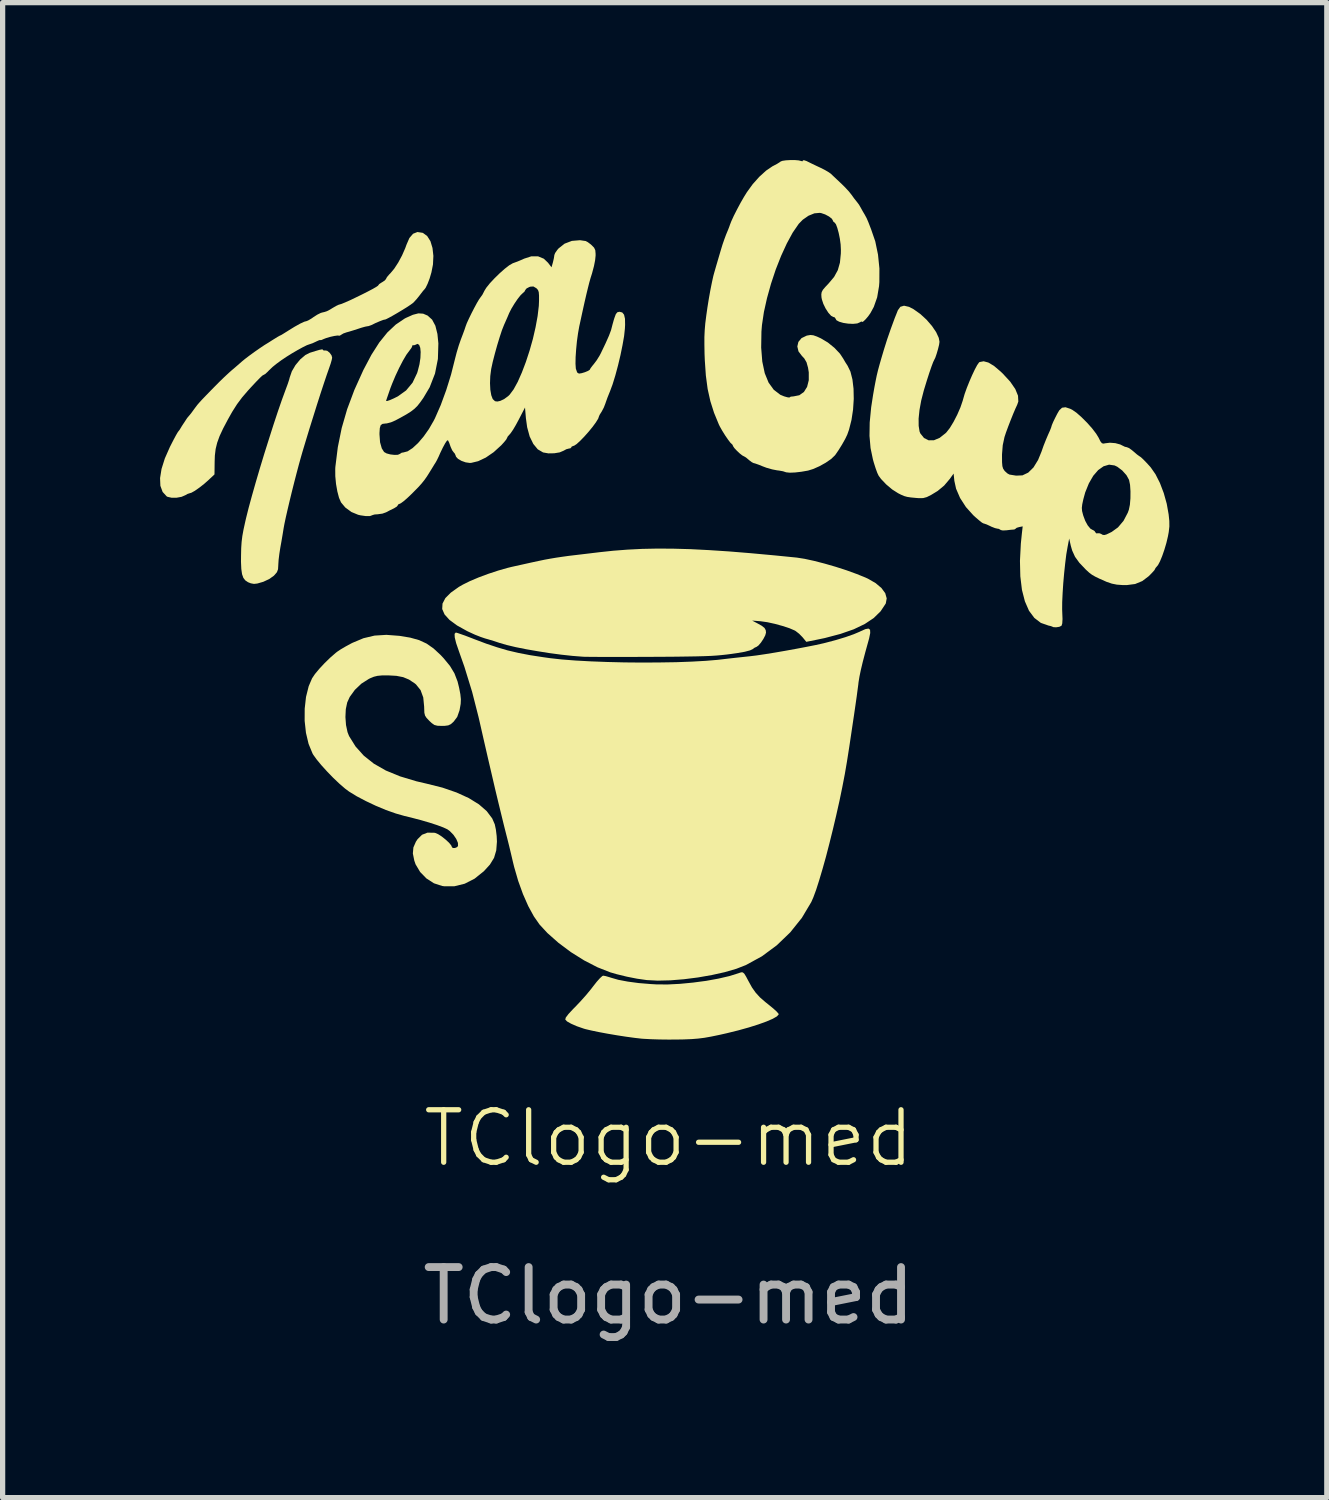
<source format=kicad_pcb>
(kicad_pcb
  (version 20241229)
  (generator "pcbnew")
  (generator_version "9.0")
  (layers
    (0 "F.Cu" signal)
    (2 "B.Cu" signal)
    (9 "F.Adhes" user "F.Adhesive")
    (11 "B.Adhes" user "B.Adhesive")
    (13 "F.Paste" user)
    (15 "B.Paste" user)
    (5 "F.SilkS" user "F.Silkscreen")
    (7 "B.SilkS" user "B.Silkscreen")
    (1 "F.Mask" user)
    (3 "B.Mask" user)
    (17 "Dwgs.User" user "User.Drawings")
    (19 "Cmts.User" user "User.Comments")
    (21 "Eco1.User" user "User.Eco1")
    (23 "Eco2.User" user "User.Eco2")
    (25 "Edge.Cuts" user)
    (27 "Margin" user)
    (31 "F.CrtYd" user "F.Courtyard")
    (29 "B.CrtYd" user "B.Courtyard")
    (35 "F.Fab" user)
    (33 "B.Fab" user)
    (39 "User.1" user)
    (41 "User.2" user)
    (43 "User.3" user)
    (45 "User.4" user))
  (footprint "TClogo-med"
    (layer "F.Cu")
    (at 9.69 19.139)
    (property "Reference" "TClogo-med" (at 0 -0.5 0) (unlocked yes) (layer "F.SilkS") (effects (font (size 1 1) (thickness 0.1))))
    (fp_poly (pts (xy 1.414 -3.66) (xy 1.442 -3.636) (xy 1.476 -3.581) (xy 1.52 -3.498) (xy 1.589 -3.373) (xy 1.659 -3.274) (xy 1.74 -3.185) (xy 1.846 -3.093) (xy 1.911 -3.041) (xy 1.993 -2.974) (xy 2.057 -2.916) (xy 2.093 -2.875) (xy 2.099 -2.861) (xy 2.064 -2.822) (xy 1.984 -2.776) (xy 1.866 -2.725) (xy 1.714 -2.67) (xy 1.534 -2.613) (xy 1.33 -2.556) (xy 1.108 -2.501) (xy 0.966 -2.469) (xy 0.811 -2.437) (xy 0.682 -2.414) (xy 0.562 -2.399) (xy 0.435 -2.389) (xy 0.285 -2.383) (xy 0.165 -2.381) (xy -0.000279 -2.38) (xy -0.171 -2.382) (xy -0.33 -2.387) (xy -0.463 -2.394) (xy -0.511 -2.397) (xy -0.649 -2.413) (xy -0.811 -2.435) (xy -0.986 -2.462) (xy -1.162 -2.492) (xy -1.328 -2.523) (xy -1.472 -2.553) (xy -1.583 -2.579) (xy -1.614 -2.588) (xy -1.75 -2.635) (xy -1.859 -2.683) (xy -1.935 -2.726) (xy -1.969 -2.762) (xy -1.959 -2.8) (xy -1.909 -2.866) (xy -1.82 -2.962) (xy -1.784 -2.998) (xy -1.681 -3.106) (xy -1.572 -3.228) (xy -1.475 -3.346) (xy -1.436 -3.397) (xy -1.369 -3.482) (xy -1.309 -3.549) (xy -1.264 -3.59) (xy -1.247 -3.598) (xy -1.2 -3.59) (xy -1.128 -3.569) (xy -1.097 -3.559) (xy -0.958 -3.519) (xy -0.779 -3.485) (xy -0.57 -3.457) (xy -0.34 -3.438) (xy -0.236 -3.432) (xy -0.022 -3.43) (xy 0.216 -3.442) (xy 0.465 -3.466) (xy 0.715 -3.499) (xy 0.951 -3.542) (xy 1.162 -3.591) (xy 1.337 -3.646) (xy 1.344 -3.649) (xy 1.385 -3.662)) (stroke (width 0) (type solid)) (fill yes) (layer "F.SilkS"))
    (fp_poly (pts (xy -6.59 -15.53) (xy -6.586 -15.521) (xy -6.568 -15.508) (xy -6.548 -15.512) (xy -6.506 -15.505) (xy -6.459 -15.468) (xy -6.422 -15.416) (xy -6.411 -15.374) (xy -6.419 -15.331) (xy -6.44 -15.258) (xy -6.47 -15.171) (xy -6.514 -15.046) (xy -6.569 -14.882) (xy -6.633 -14.688) (xy -6.702 -14.472) (xy -6.773 -14.245) (xy -6.845 -14.015) (xy -6.913 -13.791) (xy -6.976 -13.582) (xy -7.009 -13.467) (xy -7.045 -13.337) (xy -7.087 -13.179) (xy -7.132 -13.005) (xy -7.178 -12.822) (xy -7.222 -12.641) (xy -7.262 -12.471) (xy -7.296 -12.322) (xy -7.321 -12.203) (xy -7.335 -12.127) (xy -7.354 -12.01) (xy -7.377 -11.874) (xy -7.399 -11.751) (xy -7.417 -11.636) (xy -7.431 -11.522) (xy -7.437 -11.431) (xy -7.437 -11.425) (xy -7.442 -11.342) (xy -7.463 -11.286) (xy -7.51 -11.231) (xy -7.524 -11.217) (xy -7.611 -11.155) (xy -7.723 -11.103) (xy -7.837 -11.07) (xy -7.901 -11.063) (xy -7.961 -11.074) (xy -8.014 -11.095) (xy -8.066 -11.13) (xy -8.103 -11.178) (xy -8.128 -11.249) (xy -8.142 -11.348) (xy -8.148 -11.484) (xy -8.147 -11.603) (xy -8.144 -11.744) (xy -8.136 -11.864) (xy -8.122 -11.977) (xy -8.099 -12.102) (xy -8.066 -12.252) (xy -8.051 -12.317) (xy -8.003 -12.509) (xy -7.941 -12.737) (xy -7.869 -12.991) (xy -7.789 -13.263) (xy -7.704 -13.543) (xy -7.616 -13.822) (xy -7.53 -14.092) (xy -7.447 -14.343) (xy -7.37 -14.566) (xy -7.302 -14.752) (xy -7.286 -14.795) (xy -7.254 -14.882) (xy -7.229 -14.959) (xy -7.22 -14.995) (xy -7.179 -15.114) (xy -7.109 -15.233) (xy -7.019 -15.341) (xy -6.92 -15.425) (xy -6.836 -15.467) (xy -6.724 -15.502) (xy -6.651 -15.523) (xy -6.609 -15.531)) (stroke (width 0) (type solid)) (fill yes) (layer "F.SilkS"))
    (fp_poly (pts (xy 0.09 -11.734) (xy 0.415 -11.725) (xy 0.766 -11.707) (xy 1.148 -11.682) (xy 1.565 -11.648) (xy 2.022 -11.606) (xy 2.444 -11.564) (xy 2.59 -11.541) (xy 2.77 -11.502) (xy 2.972 -11.45) (xy 3.183 -11.389) (xy 3.391 -11.322) (xy 3.583 -11.252) (xy 3.749 -11.185) (xy 3.797 -11.163) (xy 3.945 -11.078) (xy 4.056 -10.984) (xy 4.128 -10.886) (xy 4.156 -10.787) (xy 4.139 -10.693) (xy 4.134 -10.683) (xy 4.039 -10.54) (xy 3.908 -10.412) (xy 3.738 -10.299) (xy 3.528 -10.198) (xy 3.275 -10.11) (xy 2.976 -10.031) (xy 2.822 -9.999) (xy 2.624 -9.959) (xy 2.551 -10.048) (xy 2.487 -10.113) (xy 2.419 -10.166) (xy 2.401 -10.176) (xy 2.301 -10.219) (xy 2.169 -10.262) (xy 2.023 -10.302) (xy 1.882 -10.333) (xy 1.762 -10.35) (xy 1.755 -10.351) (xy 1.592 -10.364) (xy 1.689 -10.313) (xy 1.777 -10.264) (xy 1.828 -10.223) (xy 1.851 -10.181) (xy 1.856 -10.135) (xy 1.842 -10.083) (xy 1.806 -10.014) (xy 1.76 -9.945) (xy 1.712 -9.889) (xy 1.674 -9.862) (xy 1.67 -9.861) (xy 1.635 -9.845) (xy 1.601 -9.819) (xy 1.551 -9.796) (xy 1.452 -9.77) (xy 1.303 -9.744) (xy 1.199 -9.729) (xy 1.106 -9.717) (xy 1.013 -9.707) (xy 0.915 -9.698) (xy 0.805 -9.691) (xy 0.678 -9.686) (xy 0.528 -9.682) (xy 0.35 -9.679) (xy 0.137 -9.676) (xy -0.116 -9.674) (xy -0.324 -9.673) (xy -0.567 -9.672) (xy -0.799 -9.671) (xy -1.014 -9.671) (xy -1.208 -9.671) (xy -1.373 -9.672) (xy -1.505 -9.673) (xy -1.597 -9.674) (xy -1.639 -9.676) (xy -1.83 -9.691) (xy -2.043 -9.714) (xy -2.268 -9.744) (xy -2.495 -9.78) (xy -2.714 -9.818) (xy -2.914 -9.858) (xy -3.085 -9.899) (xy -3.216 -9.937) (xy -3.217 -9.937) (xy -3.325 -9.973) (xy -3.438 -10.007) (xy -3.498 -10.024) (xy -3.583 -10.053) (xy -3.692 -10.096) (xy -3.805 -10.148) (xy -3.837 -10.163) (xy -4.031 -10.271) (xy -4.175 -10.377) (xy -4.269 -10.481) (xy -4.314 -10.584) (xy -4.308 -10.688) (xy -4.254 -10.792) (xy -4.149 -10.897) (xy -3.996 -11.006) (xy -3.919 -11.05) (xy -3.788 -11.115) (xy -3.623 -11.185) (xy -3.438 -11.254) (xy -3.25 -11.316) (xy -3.072 -11.367) (xy -2.991 -11.387) (xy -2.788 -11.432) (xy -2.622 -11.469) (xy -2.483 -11.499) (xy -2.363 -11.524) (xy -2.253 -11.544) (xy -2.146 -11.562) (xy -2.032 -11.579) (xy -1.903 -11.597) (xy -1.751 -11.615) (xy -1.566 -11.637) (xy -1.341 -11.664) (xy -1.326 -11.666) (xy -1.054 -11.695) (xy -0.782 -11.716) (xy -0.504 -11.73) (xy -0.215 -11.736)) (stroke (width 0) (type solid)) (fill yes) (layer "F.SilkS"))
    (fp_poly (pts (xy 3.839 -10.189) (xy 3.842 -10.127) (xy 3.821 -10.025) (xy 3.809 -9.981) (xy 3.747 -9.757) (xy 3.699 -9.574) (xy 3.663 -9.423) (xy 3.637 -9.297) (xy 3.619 -9.188) (xy 3.614 -9.141) (xy 3.602 -9.053) (xy 3.585 -8.924) (xy 3.562 -8.763) (xy 3.535 -8.577) (xy 3.505 -8.376) (xy 3.474 -8.167) (xy 3.443 -7.96) (xy 3.412 -7.762) (xy 3.397 -7.668) (xy 3.358 -7.44) (xy 3.31 -7.191) (xy 3.256 -6.929) (xy 3.195 -6.658) (xy 3.131 -6.387) (xy 3.065 -6.121) (xy 2.999 -5.866) (xy 2.933 -5.63) (xy 2.87 -5.418) (xy 2.812 -5.236) (xy 2.759 -5.092) (xy 2.719 -5.001) (xy 2.539 -4.699) (xy 2.318 -4.423) (xy 2.062 -4.177) (xy 1.778 -3.967) (xy 1.473 -3.8) (xy 1.291 -3.729) (xy 1.071 -3.665) (xy 0.824 -3.61) (xy 0.561 -3.564) (xy 0.294 -3.53) (xy 0.035 -3.509) (xy -0.207 -3.503) (xy -0.418 -3.514) (xy -0.424 -3.515) (xy -0.6 -3.54) (xy -0.797 -3.579) (xy -0.989 -3.626) (xy -1.113 -3.662) (xy -1.356 -3.758) (xy -1.61 -3.889) (xy -1.862 -4.047) (xy -2.099 -4.224) (xy -2.309 -4.41) (xy -2.458 -4.571) (xy -2.567 -4.727) (xy -2.674 -4.923) (xy -2.775 -5.152) (xy -2.866 -5.404) (xy -2.943 -5.67) (xy -2.966 -5.764) (xy -3 -5.909) (xy -3.038 -6.068) (xy -3.075 -6.216) (xy -3.091 -6.278) (xy -3.139 -6.468) (xy -3.189 -6.673) (xy -3.244 -6.898) (xy -3.304 -7.148) (xy -3.369 -7.428) (xy -3.442 -7.741) (xy -3.523 -8.094) (xy -3.613 -8.49) (xy -3.623 -8.532) (xy -3.743 -9.003) (xy -3.89 -9.481) (xy -3.995 -9.779) (xy -4.048 -9.933) (xy -4.075 -10.043) (xy -4.078 -10.111) (xy -4.056 -10.135) (xy -4.053 -10.136) (xy -4.02 -10.127) (xy -3.95 -10.103) (xy -3.853 -10.068) (xy -3.738 -10.024) (xy -3.708 -10.012) (xy -3.477 -9.925) (xy -3.268 -9.855) (xy -3.068 -9.796) (xy -2.863 -9.748) (xy -2.64 -9.705) (xy -2.387 -9.666) (xy -2.252 -9.647) (xy -2.034 -9.623) (xy -1.775 -9.603) (xy -1.484 -9.587) (xy -1.169 -9.575) (xy -0.84 -9.567) (xy -0.506 -9.564) (xy -0.175 -9.566) (xy 0.143 -9.571) (xy 0.441 -9.582) (xy 0.708 -9.597) (xy 0.936 -9.616) (xy 0.979 -9.621) (xy 1.132 -9.639) (xy 1.293 -9.657) (xy 1.443 -9.673) (xy 1.555 -9.685) (xy 1.678 -9.7) (xy 1.839 -9.724) (xy 2.025 -9.754) (xy 2.227 -9.789) (xy 2.431 -9.826) (xy 2.626 -9.863) (xy 2.802 -9.898) (xy 2.946 -9.93) (xy 2.983 -9.939) (xy 3.187 -9.993) (xy 3.372 -10.049) (xy 3.528 -10.104) (xy 3.646 -10.154) (xy 3.655 -10.159) (xy 3.749 -10.201) (xy 3.809 -10.212)) (stroke (width 0) (type solid)) (fill yes) (layer "F.SilkS"))
    (fp_poly (pts (xy -5.128 -10.073) (xy -4.923 -10.039) (xy -4.755 -9.992) (xy -4.612 -9.926) (xy -4.479 -9.833) (xy -4.345 -9.709) (xy -4.287 -9.647) (xy -4.166 -9.5) (xy -4.081 -9.359) (xy -4.021 -9.203) (xy -3.992 -9.085) (xy -3.968 -8.961) (xy -3.958 -8.865) (xy -3.962 -8.776) (xy -3.98 -8.674) (xy -3.984 -8.653) (xy -4.028 -8.528) (xy -4.095 -8.439) (xy -4.148 -8.391) (xy -4.199 -8.367) (xy -4.267 -8.358) (xy -4.32 -8.357) (xy -4.405 -8.36) (xy -4.463 -8.375) (xy -4.514 -8.411) (xy -4.56 -8.454) (xy -4.612 -8.509) (xy -4.641 -8.554) (xy -4.654 -8.608) (xy -4.657 -8.688) (xy -4.658 -8.724) (xy -4.675 -8.899) (xy -4.726 -9.039) (xy -4.813 -9.147) (xy -4.837 -9.167) (xy -4.947 -9.24) (xy -5.058 -9.286) (xy -5.187 -9.311) (xy -5.346 -9.32) (xy -5.462 -9.319) (xy -5.546 -9.311) (xy -5.616 -9.294) (xy -5.689 -9.264) (xy -5.714 -9.251) (xy -5.854 -9.162) (xy -5.979 -9.043) (xy -6.076 -8.909) (xy -6.124 -8.804) (xy -6.151 -8.676) (xy -6.158 -8.526) (xy -6.147 -8.374) (xy -6.118 -8.238) (xy -6.089 -8.164) (xy -5.965 -7.965) (xy -5.808 -7.79) (xy -5.617 -7.638) (xy -5.388 -7.507) (xy -5.118 -7.396) (xy -4.806 -7.302) (xy -4.613 -7.257) (xy -4.309 -7.181) (xy -4.04 -7.088) (xy -3.808 -6.982) (xy -3.615 -6.863) (xy -3.466 -6.733) (xy -3.361 -6.594) (xy -3.312 -6.481) (xy -3.291 -6.381) (xy -3.276 -6.259) (xy -3.271 -6.153) (xy -3.284 -5.985) (xy -3.326 -5.843) (xy -3.405 -5.714) (xy -3.52 -5.588) (xy -3.697 -5.446) (xy -3.885 -5.35) (xy -4.08 -5.302) (xy -4.279 -5.302) (xy -4.315 -5.307) (xy -4.471 -5.358) (xy -4.614 -5.45) (xy -4.734 -5.573) (xy -4.821 -5.719) (xy -4.846 -5.791) (xy -4.873 -5.926) (xy -4.863 -6.041) (xy -4.815 -6.151) (xy -4.783 -6.199) (xy -4.698 -6.283) (xy -4.595 -6.323) (xy -4.467 -6.321) (xy -4.448 -6.318) (xy -4.393 -6.295) (xy -4.323 -6.25) (xy -4.25 -6.192) (xy -4.185 -6.132) (xy -4.142 -6.08) (xy -4.131 -6.053) (xy -4.113 -6.031) (xy -4.072 -6.03) (xy -4.031 -6.047) (xy -4.013 -6.069) (xy -4.014 -6.127) (xy -4.046 -6.203) (xy -4.1 -6.282) (xy -4.168 -6.352) (xy -4.216 -6.387) (xy -4.294 -6.423) (xy -4.412 -6.467) (xy -4.56 -6.515) (xy -4.73 -6.564) (xy -4.912 -6.612) (xy -5.033 -6.641) (xy -5.198 -6.688) (xy -5.385 -6.754) (xy -5.579 -6.835) (xy -5.769 -6.925) (xy -5.944 -7.017) (xy -6.089 -7.106) (xy -6.163 -7.161) (xy -6.273 -7.256) (xy -6.391 -7.368) (xy -6.508 -7.489) (xy -6.616 -7.608) (xy -6.706 -7.717) (xy -6.77 -7.806) (xy -6.785 -7.832) (xy -6.86 -8.014) (xy -6.91 -8.225) (xy -6.935 -8.453) (xy -6.934 -8.685) (xy -6.909 -8.909) (xy -6.858 -9.113) (xy -6.794 -9.263) (xy -6.739 -9.345) (xy -6.655 -9.446) (xy -6.553 -9.555) (xy -6.445 -9.66) (xy -6.34 -9.751) (xy -6.31 -9.774) (xy -6.247 -9.816) (xy -6.155 -9.87) (xy -6.052 -9.926) (xy -6.022 -9.941) (xy -5.814 -10.028) (xy -5.603 -10.078) (xy -5.377 -10.092)) (stroke (width 0) (type solid)) (fill yes) (layer "F.SilkS"))
    (fp_poly (pts (xy -4.689 -17.753) (xy -4.68 -17.75) (xy -4.6 -17.691) (xy -4.538 -17.593) (xy -4.499 -17.464) (xy -4.482 -17.313) (xy -4.49 -17.148) (xy -4.519 -17) (xy -4.553 -16.884) (xy -4.592 -16.782) (xy -4.629 -16.706) (xy -4.654 -16.673) (xy -4.677 -16.648) (xy -4.718 -16.595) (xy -4.744 -16.561) (xy -4.799 -16.492) (xy -4.852 -16.434) (xy -4.869 -16.417) (xy -4.916 -16.383) (xy -4.988 -16.335) (xy -5.077 -16.28) (xy -5.172 -16.223) (xy -5.262 -16.171) (xy -5.337 -16.13) (xy -5.387 -16.105) (xy -5.401 -16.101) (xy -5.435 -16.094) (xy -5.501 -16.069) (xy -5.587 -16.032) (xy -5.665 -15.994) (xy -5.719 -15.975) (xy -5.742 -15.972) (xy -5.783 -15.964) (xy -5.854 -15.944) (xy -5.924 -15.921) (xy -6.014 -15.892) (xy -6.093 -15.868) (xy -6.134 -15.857) (xy -6.197 -15.835) (xy -6.232 -15.814) (xy -6.266 -15.793) (xy -6.277 -15.793) (xy -6.309 -15.796) (xy -6.371 -15.787) (xy -6.448 -15.77) (xy -6.52 -15.749) (xy -6.567 -15.731) (xy -6.615 -15.71) (xy -6.636 -15.708) (xy -6.636 -15.709) (xy -6.655 -15.708) (xy -6.703 -15.687) (xy -6.717 -15.68) (xy -6.784 -15.649) (xy -6.839 -15.63) (xy -6.843 -15.629) (xy -6.891 -15.612) (xy -6.97 -15.573) (xy -7.068 -15.519) (xy -7.175 -15.457) (xy -7.279 -15.392) (xy -7.37 -15.331) (xy -7.375 -15.328) (xy -7.473 -15.256) (xy -7.546 -15.197) (xy -7.611 -15.135) (xy -7.643 -15.102) (xy -7.687 -15.062) (xy -7.718 -15.045) (xy -7.718 -15.045) (xy -7.741 -15.032) (xy -7.787 -14.989) (xy -7.859 -14.915) (xy -7.96 -14.807) (xy -8.018 -14.743) (xy -8.128 -14.615) (xy -8.224 -14.486) (xy -8.316 -14.341) (xy -8.397 -14.197) (xy -8.489 -14.023) (xy -8.556 -13.879) (xy -8.602 -13.752) (xy -8.631 -13.633) (xy -8.646 -13.508) (xy -8.65 -13.389) (xy -8.653 -13.149) (xy -8.766 -13.043) (xy -8.853 -12.966) (xy -8.944 -12.895) (xy -9.027 -12.837) (xy -9.093 -12.8) (xy -9.124 -12.791) (xy -9.167 -12.777) (xy -9.209 -12.753) (xy -9.281 -12.722) (xy -9.375 -12.705) (xy -9.471 -12.705) (xy -9.547 -12.722) (xy -9.564 -12.731) (xy -9.641 -12.815) (xy -9.684 -12.932) (xy -9.69 -13.079) (xy -9.662 -13.254) (xy -9.599 -13.454) (xy -9.501 -13.676) (xy -9.486 -13.705) (xy -9.434 -13.807) (xy -9.389 -13.891) (xy -9.356 -13.948) (xy -9.342 -13.968) (xy -9.32 -13.996) (xy -9.286 -14.051) (xy -9.277 -14.067) (xy -9.173 -14.225) (xy -9.128 -14.278) (xy -9.097 -14.316) (xy -9.054 -14.375) (xy -9.043 -14.39) (xy -9.012 -14.432) (xy -8.981 -14.473) (xy -8.943 -14.517) (xy -8.891 -14.574) (xy -8.82 -14.648) (xy -8.723 -14.748) (xy -8.661 -14.811) (xy -8.564 -14.909) (xy -8.466 -15.004) (xy -8.38 -15.084) (xy -8.325 -15.133) (xy -8.245 -15.201) (xy -8.168 -15.268) (xy -8.128 -15.303) (xy -8.072 -15.349) (xy -7.988 -15.413) (xy -7.889 -15.485) (xy -7.79 -15.554) (xy -7.705 -15.611) (xy -7.668 -15.634) (xy -7.622 -15.662) (xy -7.555 -15.705) (xy -7.518 -15.728) (xy -7.455 -15.767) (xy -7.411 -15.792) (xy -7.399 -15.797) (xy -7.375 -15.809) (xy -7.32 -15.843) (xy -7.246 -15.889) (xy -7.244 -15.891) (xy -7.125 -15.964) (xy -7.021 -16.022) (xy -6.941 -16.059) (xy -6.896 -16.071) (xy -6.862 -16.086) (xy -6.803 -16.121) (xy -6.765 -16.148) (xy -6.693 -16.194) (xy -6.628 -16.226) (xy -6.605 -16.233) (xy -6.558 -16.244) (xy -6.542 -16.249) (xy -6.517 -16.257) (xy -6.486 -16.271) (xy -6.429 -16.304) (xy -6.398 -16.323) (xy -6.334 -16.36) (xy -6.285 -16.383) (xy -6.273 -16.386) (xy -6.233 -16.398) (xy -6.16 -16.428) (xy -6.065 -16.47) (xy -5.957 -16.522) (xy -5.844 -16.577) (xy -5.737 -16.631) (xy -5.644 -16.68) (xy -5.574 -16.72) (xy -5.537 -16.745) (xy -5.534 -16.75) (xy -5.514 -16.776) (xy -5.465 -16.808) (xy -5.459 -16.811) (xy -5.408 -16.845) (xy -5.384 -16.874) (xy -5.384 -16.876) (xy -5.367 -16.908) (xy -5.325 -16.958) (xy -5.301 -16.982) (xy -5.229 -17.068) (xy -5.152 -17.186) (xy -5.079 -17.322) (xy -5.018 -17.461) (xy -4.995 -17.525) (xy -4.939 -17.654) (xy -4.869 -17.735) (xy -4.786 -17.768)) (stroke (width 0) (type solid)) (fill yes) (layer "F.SilkS"))
    (fp_poly (pts (xy 2.405 -19.139) (xy 2.477 -19.133) (xy 2.514 -19.124) (xy 2.551 -19.115) (xy 2.557 -19.129) (xy 2.577 -19.137) (xy 2.629 -19.12) (xy 2.651 -19.109) (xy 2.726 -19.072) (xy 2.822 -19.026) (xy 2.895 -18.992) (xy 2.982 -18.948) (xy 3.056 -18.904) (xy 3.096 -18.874) (xy 3.139 -18.833) (xy 3.205 -18.771) (xy 3.28 -18.7) (xy 3.286 -18.695) (xy 3.364 -18.618) (xy 3.436 -18.54) (xy 3.485 -18.478) (xy 3.486 -18.477) (xy 3.534 -18.41) (xy 3.578 -18.354) (xy 3.586 -18.345) (xy 3.628 -18.289) (xy 3.661 -18.232) (xy 3.702 -18.158) (xy 3.736 -18.101) (xy 3.773 -18.033) (xy 3.807 -17.954) (xy 3.808 -17.951) (xy 3.836 -17.878) (xy 3.86 -17.817) (xy 3.861 -17.813) (xy 3.938 -17.59) (xy 3.99 -17.338) (xy 4.017 -17.074) (xy 4.016 -16.814) (xy 4.01 -16.736) (xy 3.974 -16.523) (xy 3.91 -16.341) (xy 3.846 -16.223) (xy 3.803 -16.162) (xy 3.756 -16.107) (xy 3.715 -16.067) (xy 3.689 -16.053) (xy 3.684 -16.059) (xy 3.669 -16.062) (xy 3.649 -16.049) (xy 3.595 -16.026) (xy 3.515 -16.018) (xy 3.422 -16.022) (xy 3.329 -16.036) (xy 3.25 -16.059) (xy 3.197 -16.088) (xy 3.183 -16.115) (xy 3.163 -16.143) (xy 3.139 -16.149) (xy 3.096 -16.172) (xy 3.044 -16.23) (xy 2.992 -16.31) (xy 2.948 -16.4) (xy 2.92 -16.486) (xy 2.913 -16.523) (xy 2.91 -16.58) (xy 2.917 -16.623) (xy 2.94 -16.667) (xy 2.987 -16.722) (xy 3.051 -16.79) (xy 3.154 -16.913) (xy 3.224 -17.041) (xy 3.265 -17.185) (xy 3.282 -17.36) (xy 3.283 -17.43) (xy 3.278 -17.532) (xy 3.263 -17.642) (xy 3.241 -17.75) (xy 3.215 -17.845) (xy 3.189 -17.915) (xy 3.163 -17.949) (xy 3.157 -17.951) (xy 3.135 -17.971) (xy 3.133 -17.982) (xy 3.111 -18.021) (xy 3.056 -18.064) (xy 2.983 -18.103) (xy 2.907 -18.129) (xy 2.882 -18.133) (xy 2.778 -18.124) (xy 2.665 -18.078) (xy 2.556 -18.002) (xy 2.48 -17.924) (xy 2.365 -17.757) (xy 2.252 -17.549) (xy 2.143 -17.311) (xy 2.041 -17.052) (xy 1.951 -16.781) (xy 1.875 -16.508) (xy 1.816 -16.243) (xy 1.779 -15.995) (xy 1.769 -15.872) (xy 1.764 -15.565) (xy 1.785 -15.3) (xy 1.832 -15.078) (xy 1.905 -14.899) (xy 2.004 -14.762) (xy 2.128 -14.667) (xy 2.2 -14.637) (xy 2.263 -14.619) (xy 2.301 -14.614) (xy 2.306 -14.618) (xy 2.328 -14.631) (xy 2.38 -14.636) (xy 2.381 -14.636) (xy 2.491 -14.658) (xy 2.578 -14.72) (xy 2.639 -14.817) (xy 2.671 -14.944) (xy 2.671 -15.094) (xy 2.657 -15.182) (xy 2.628 -15.286) (xy 2.584 -15.361) (xy 2.542 -15.405) (xy 2.475 -15.493) (xy 2.453 -15.587) (xy 2.473 -15.674) (xy 2.533 -15.746) (xy 2.63 -15.793) (xy 2.643 -15.796) (xy 2.703 -15.806) (xy 2.759 -15.8) (xy 2.827 -15.776) (xy 2.903 -15.741) (xy 3.034 -15.663) (xy 3.16 -15.561) (xy 3.265 -15.45) (xy 3.326 -15.358) (xy 3.369 -15.284) (xy 3.41 -15.221) (xy 3.465 -15.108) (xy 3.503 -14.958) (xy 3.524 -14.781) (xy 3.528 -14.587) (xy 3.515 -14.385) (xy 3.485 -14.187) (xy 3.438 -14.002) (xy 3.404 -13.906) (xy 3.364 -13.823) (xy 3.306 -13.72) (xy 3.241 -13.615) (xy 3.18 -13.526) (xy 3.167 -13.51) (xy 3.097 -13.443) (xy 2.994 -13.372) (xy 2.874 -13.305) (xy 2.754 -13.252) (xy 2.657 -13.222) (xy 2.53 -13.2) (xy 2.41 -13.186) (xy 2.31 -13.182) (xy 2.242 -13.189) (xy 2.225 -13.194) (xy 2.18 -13.209) (xy 2.107 -13.222) (xy 2.066 -13.227) (xy 1.974 -13.245) (xy 1.865 -13.276) (xy 1.793 -13.303) (xy 1.711 -13.336) (xy 1.648 -13.358) (xy 1.617 -13.366) (xy 1.584 -13.383) (xy 1.534 -13.421) (xy 1.524 -13.43) (xy 1.475 -13.471) (xy 1.44 -13.492) (xy 1.437 -13.493) (xy 1.405 -13.51) (xy 1.354 -13.55) (xy 1.299 -13.602) (xy 1.253 -13.651) (xy 1.23 -13.685) (xy 1.229 -13.688) (xy 1.214 -13.72) (xy 1.21 -13.722) (xy 1.18 -13.75) (xy 1.134 -13.81) (xy 1.079 -13.89) (xy 1.024 -13.978) (xy 0.977 -14.061) (xy 0.957 -14.102) (xy 0.866 -14.323) (xy 0.796 -14.544) (xy 0.744 -14.777) (xy 0.71 -15.033) (xy 0.69 -15.322) (xy 0.685 -15.446) (xy 0.682 -15.622) (xy 0.682 -15.766) (xy 0.688 -15.896) (xy 0.699 -16.027) (xy 0.718 -16.177) (xy 0.74 -16.331) (xy 0.766 -16.493) (xy 0.795 -16.656) (xy 0.825 -16.806) (xy 0.852 -16.929) (xy 0.868 -16.988) (xy 0.906 -17.12) (xy 0.95 -17.27) (xy 0.99 -17.406) (xy 0.993 -17.416) (xy 1.027 -17.528) (xy 1.064 -17.635) (xy 1.095 -17.718) (xy 1.102 -17.735) (xy 1.135 -17.814) (xy 1.162 -17.885) (xy 1.167 -17.901) (xy 1.195 -17.973) (xy 1.242 -18.076) (xy 1.303 -18.196) (xy 1.37 -18.322) (xy 1.438 -18.44) (xy 1.492 -18.527) (xy 1.603 -18.68) (xy 1.729 -18.821) (xy 1.858 -18.938) (xy 1.98 -19.021) (xy 1.994 -19.028) (xy 2.066 -19.066) (xy 2.117 -19.098) (xy 2.134 -19.111) (xy 2.167 -19.124) (xy 2.234 -19.134) (xy 2.319 -19.139)) (stroke (width 0) (type solid)) (fill yes) (layer "F.SilkS"))
    (fp_poly (pts (xy 4.581 -16.342) (xy 4.668 -16.297) (xy 4.795 -16.207) (xy 4.914 -16.098) (xy 5.017 -15.979) (xy 5.098 -15.86) (xy 5.148 -15.751) (xy 5.162 -15.676) (xy 5.154 -15.62) (xy 5.134 -15.538) (xy 5.108 -15.449) (xy 5.082 -15.373) (xy 5.062 -15.333) (xy 5.041 -15.289) (xy 5.009 -15.204) (xy 4.968 -15.085) (xy 4.921 -14.939) (xy 4.87 -14.772) (xy 4.862 -14.745) (xy 4.814 -14.559) (xy 4.781 -14.379) (xy 4.764 -14.214) (xy 4.765 -14.074) (xy 4.782 -13.967) (xy 4.797 -13.93) (xy 4.867 -13.843) (xy 4.955 -13.799) (xy 5.056 -13.8) (xy 5.165 -13.846) (xy 5.278 -13.935) (xy 5.294 -13.951) (xy 5.359 -14.034) (xy 5.43 -14.151) (xy 5.5 -14.287) (xy 5.561 -14.427) (xy 5.605 -14.556) (xy 5.612 -14.582) (xy 5.641 -14.682) (xy 5.683 -14.799) (xy 5.732 -14.921) (xy 5.784 -15.041) (xy 5.834 -15.147) (xy 5.879 -15.231) (xy 5.914 -15.281) (xy 5.925 -15.29) (xy 6.003 -15.305) (xy 6.093 -15.281) (xy 6.2 -15.217) (xy 6.325 -15.111) (xy 6.367 -15.071) (xy 6.509 -14.917) (xy 6.606 -14.776) (xy 6.658 -14.649) (xy 6.664 -14.538) (xy 6.642 -14.475) (xy 6.61 -14.406) (xy 6.566 -14.303) (xy 6.518 -14.183) (xy 6.47 -14.059) (xy 6.428 -13.945) (xy 6.399 -13.857) (xy 6.399 -13.855) (xy 6.367 -13.706) (xy 6.353 -13.53) (xy 6.353 -13.488) (xy 6.354 -13.379) (xy 6.36 -13.307) (xy 6.374 -13.26) (xy 6.398 -13.223) (xy 6.409 -13.21) (xy 6.457 -13.167) (xy 6.496 -13.146) (xy 6.497 -13.146) (xy 6.54 -13.139) (xy 6.609 -13.128) (xy 6.622 -13.126) (xy 6.742 -13.131) (xy 6.852 -13.183) (xy 6.953 -13.282) (xy 7.041 -13.426) (xy 7.105 -13.582) (xy 7.145 -13.696) (xy 7.19 -13.809) (xy 7.229 -13.901) (xy 7.232 -13.908) (xy 7.265 -13.981) (xy 7.286 -14.034) (xy 7.292 -14.052) (xy 7.303 -14.089) (xy 7.33 -14.153) (xy 7.368 -14.231) (xy 7.407 -14.307) (xy 7.441 -14.365) (xy 7.445 -14.371) (xy 7.497 -14.42) (xy 7.563 -14.429) (xy 7.652 -14.4) (xy 7.692 -14.38) (xy 7.774 -14.323) (xy 7.872 -14.236) (xy 7.975 -14.133) (xy 8.071 -14.025) (xy 8.148 -13.924) (xy 8.193 -13.85) (xy 8.229 -13.778) (xy 8.257 -13.743) (xy 8.288 -13.736) (xy 8.317 -13.742) (xy 8.408 -13.753) (xy 8.512 -13.745) (xy 8.605 -13.72) (xy 8.637 -13.704) (xy 8.694 -13.676) (xy 8.731 -13.668) (xy 8.771 -13.652) (xy 8.829 -13.611) (xy 8.866 -13.58) (xy 8.924 -13.53) (xy 8.966 -13.499) (xy 8.978 -13.492) (xy 9.002 -13.475) (xy 9.049 -13.431) (xy 9.109 -13.369) (xy 9.172 -13.3) (xy 9.189 -13.28) (xy 9.278 -13.152) (xy 9.362 -12.986) (xy 9.422 -12.828) (xy 9.422 -12.828) (xy 9.435 -12.794) (xy 9.492 -12.59) (xy 9.528 -12.388) (xy 9.541 -12.262) (xy 9.542 -12.158) (xy 9.53 -12.051) (xy 9.515 -11.97) (xy 9.485 -11.843) (xy 9.447 -11.714) (xy 9.405 -11.593) (xy 9.363 -11.492) (xy 9.326 -11.422) (xy 9.306 -11.398) (xy 9.276 -11.363) (xy 9.271 -11.349) (xy 9.255 -11.322) (xy 9.21 -11.272) (xy 9.15 -11.211) (xy 9.026 -11.117) (xy 8.89 -11.061) (xy 8.729 -11.04) (xy 8.647 -11.041) (xy 8.54 -11.049) (xy 8.446 -11.068) (xy 8.346 -11.102) (xy 8.223 -11.157) (xy 8.219 -11.158) (xy 8.128 -11.202) (xy 8.066 -11.238) (xy 8.013 -11.278) (xy 7.952 -11.334) (xy 7.947 -11.339) (xy 7.827 -11.465) (xy 7.744 -11.58) (xy 7.69 -11.699) (xy 7.664 -11.789) (xy 7.633 -11.927) (xy 7.602 -11.764) (xy 7.578 -11.625) (xy 7.557 -11.455) (xy 7.537 -11.267) (xy 7.52 -11.073) (xy 7.508 -10.886) (xy 7.5 -10.717) (xy 7.499 -10.578) (xy 7.501 -10.522) (xy 7.506 -10.393) (xy 7.501 -10.309) (xy 7.487 -10.267) (xy 7.486 -10.265) (xy 7.444 -10.245) (xy 7.384 -10.236) (xy 7.331 -10.239) (xy 7.314 -10.247) (xy 7.284 -10.259) (xy 7.239 -10.269) (xy 7.093 -10.32) (xy 6.969 -10.415) (xy 6.867 -10.552) (xy 6.789 -10.731) (xy 6.733 -10.949) (xy 6.702 -11.207) (xy 6.695 -11.501) (xy 6.712 -11.832) (xy 6.731 -12.018) (xy 6.747 -12.159) (xy 6.681 -12.146) (xy 6.633 -12.132) (xy 6.615 -12.117) (xy 6.594 -12.102) (xy 6.571 -12.098) (xy 6.518 -12.094) (xy 6.444 -12.085) (xy 6.433 -12.084) (xy 6.369 -12.081) (xy 6.329 -12.089) (xy 6.325 -12.093) (xy 6.291 -12.112) (xy 6.268 -12.115) (xy 6.22 -12.126) (xy 6.151 -12.153) (xy 6.127 -12.165) (xy 6.06 -12.196) (xy 6.01 -12.213) (xy 6 -12.215) (xy 5.97 -12.231) (xy 5.915 -12.275) (xy 5.843 -12.337) (xy 5.806 -12.371) (xy 5.68 -12.511) (xy 5.68 -12.511) (xy 7.874 -12.511) (xy 7.879 -12.45) (xy 7.898 -12.376) (xy 7.902 -12.363) (xy 7.939 -12.264) (xy 7.986 -12.178) (xy 8.037 -12.116) (xy 8.082 -12.09) (xy 8.086 -12.09) (xy 8.118 -12.069) (xy 8.128 -12.05) (xy 8.153 -12.024) (xy 8.169 -12.027) (xy 8.208 -12.028) (xy 8.238 -12.017) (xy 8.272 -11.998) (xy 8.302 -11.994) (xy 8.343 -12.005) (xy 8.408 -12.036) (xy 8.444 -12.054) (xy 8.563 -12.14) (xy 8.668 -12.264) (xy 8.749 -12.418) (xy 8.77 -12.475) (xy 8.79 -12.571) (xy 8.8 -12.695) (xy 8.801 -12.828) (xy 8.801 -12.828) (xy 8.793 -12.95) (xy 8.774 -13.043) (xy 8.773 -13.046) (xy 8.724 -13.135) (xy 8.644 -13.224) (xy 8.55 -13.295) (xy 8.498 -13.32) (xy 8.393 -13.335) (xy 8.288 -13.304) (xy 8.186 -13.232) (xy 8.091 -13.122) (xy 8.008 -12.978) (xy 7.938 -12.805) (xy 7.903 -12.677) (xy 7.882 -12.58) (xy 7.874 -12.511) (xy 5.68 -12.511) (xy 5.665 -12.528) (xy 5.554 -12.7) (xy 5.478 -12.876) (xy 5.445 -13.026) (xy 5.431 -13.165) (xy 5.356 -13.061) (xy 5.25 -12.936) (xy 5.127 -12.834) (xy 5.002 -12.758) (xy 4.92 -12.717) (xy 4.85 -12.698) (xy 4.768 -12.697) (xy 4.724 -12.7) (xy 4.619 -12.71) (xy 4.546 -12.721) (xy 4.488 -12.737) (xy 4.428 -12.763) (xy 4.373 -12.791) (xy 4.261 -12.862) (xy 4.147 -12.958) (xy 4.048 -13.062) (xy 4.003 -13.123) (xy 3.977 -13.177) (xy 3.945 -13.265) (xy 3.911 -13.372) (xy 3.893 -13.436) (xy 3.848 -13.652) (xy 3.828 -13.884) (xy 3.832 -14.14) (xy 3.86 -14.428) (xy 3.896 -14.662) (xy 3.922 -14.811) (xy 3.945 -14.931) (xy 3.966 -15.034) (xy 3.99 -15.134) (xy 4.02 -15.244) (xy 4.058 -15.376) (xy 4.105 -15.534) (xy 4.164 -15.721) (xy 4.235 -15.926) (xy 4.308 -16.125) (xy 4.369 -16.278) (xy 4.416 -16.343) (xy 4.486 -16.364)) (stroke (width 0) (type solid)) (fill yes) (layer "F.SilkS"))
    (fp_poly (pts (xy -1.579 -17.596) (xy -1.54 -17.575) (xy -1.484 -17.533) (xy -1.467 -17.518) (xy -1.42 -17.47) (xy -1.397 -17.422) (xy -1.391 -17.353) (xy -1.391 -17.318) (xy -1.4 -17.231) (xy -1.422 -17.119) (xy -1.453 -17.002) (xy -1.46 -16.976) (xy -1.486 -16.895) (xy -1.511 -16.806) (xy -1.537 -16.703) (xy -1.567 -16.58) (xy -1.572 -16.558) (xy -1.572 -16.558) (xy -1.602 -16.428) (xy -1.643 -16.243) (xy -1.692 -16.016) (xy -1.702 -15.972) (xy -1.726 -15.837) (xy -1.747 -15.685) (xy -1.762 -15.529) (xy -1.772 -15.383) (xy -1.774 -15.258) (xy -1.768 -15.168) (xy -1.766 -15.16) (xy -1.742 -15.091) (xy -1.708 -15.07) (xy -1.657 -15.078) (xy -1.594 -15.097) (xy -1.536 -15.121) (xy -1.503 -15.142) (xy -1.501 -15.147) (xy -1.486 -15.174) (xy -1.448 -15.224) (xy -1.427 -15.249) (xy -1.371 -15.323) (xy -1.314 -15.415) (xy -1.291 -15.459) (xy -1.201 -15.647) (xy -1.136 -15.793) (xy -1.097 -15.897) (xy -1.087 -15.935) (xy -1.069 -16.005) (xy -1.044 -16.094) (xy -1.033 -16.129) (xy -1.006 -16.202) (xy -0.978 -16.238) (xy -0.94 -16.248) (xy -0.936 -16.248) (xy -0.883 -16.235) (xy -0.849 -16.193) (xy -0.831 -16.116) (xy -0.829 -15.999) (xy -0.833 -15.924) (xy -0.848 -15.784) (xy -0.878 -15.613) (xy -0.917 -15.422) (xy -0.964 -15.225) (xy -1.015 -15.035) (xy -1.067 -14.866) (xy -1.117 -14.731) (xy -1.127 -14.707) (xy -1.164 -14.615) (xy -1.198 -14.52) (xy -1.202 -14.507) (xy -1.234 -14.424) (xy -1.273 -14.35) (xy -1.279 -14.34) (xy -1.311 -14.29) (xy -1.326 -14.258) (xy -1.326 -14.257) (xy -1.342 -14.211) (xy -1.386 -14.14) (xy -1.45 -14.053) (xy -1.527 -13.959) (xy -1.608 -13.868) (xy -1.686 -13.788) (xy -1.753 -13.727) (xy -1.802 -13.695) (xy -1.814 -13.693) (xy -1.847 -13.679) (xy -1.851 -13.668) (xy -1.872 -13.646) (xy -1.896 -13.643) (xy -1.949 -13.629) (xy -2 -13.601) (xy -2.075 -13.569) (xy -2.179 -13.552) (xy -2.29 -13.55) (xy -2.387 -13.567) (xy -2.392 -13.568) (xy -2.493 -13.627) (xy -2.578 -13.73) (xy -2.647 -13.871) (xy -2.695 -14.047) (xy -2.719 -14.22) (xy -2.736 -14.424) (xy -2.855 -14.194) (xy -2.91 -14.092) (xy -2.963 -14.002) (xy -3.007 -13.938) (xy -3.026 -13.915) (xy -3.065 -13.872) (xy -3.079 -13.842) (xy -3.095 -13.812) (xy -3.138 -13.76) (xy -3.188 -13.705) (xy -3.333 -13.573) (xy -3.483 -13.47) (xy -3.629 -13.401) (xy -3.762 -13.369) (xy -3.79 -13.368) (xy -3.867 -13.379) (xy -3.946 -13.407) (xy -4.013 -13.446) (xy -4.051 -13.487) (xy -4.056 -13.504) (xy -4.074 -13.546) (xy -4.092 -13.566) (xy -4.124 -13.609) (xy -4.154 -13.676) (xy -4.158 -13.688) (xy -4.181 -13.753) (xy -4.202 -13.796) (xy -4.205 -13.801) (xy -4.225 -13.79) (xy -4.258 -13.741) (xy -4.302 -13.66) (xy -4.352 -13.556) (xy -4.38 -13.492) (xy -4.413 -13.424) (xy -4.437 -13.38) (xy -4.468 -13.332) (xy -4.512 -13.259) (xy -4.548 -13.201) (xy -4.603 -13.113) (xy -4.653 -13.042) (xy -4.706 -12.976) (xy -4.772 -12.903) (xy -4.862 -12.812) (xy -4.902 -12.772) (xy -4.982 -12.696) (xy -5.052 -12.636) (xy -5.103 -12.599) (xy -5.121 -12.591) (xy -5.154 -12.576) (xy -5.158 -12.564) (xy -5.178 -12.537) (xy -5.229 -12.505) (xy -5.239 -12.5) (xy -5.315 -12.463) (xy -5.383 -12.427) (xy -5.453 -12.402) (xy -5.534 -12.391) (xy -5.536 -12.39) (xy -5.6 -12.386) (xy -5.64 -12.375) (xy -5.643 -12.373) (xy -5.689 -12.356) (xy -5.77 -12.355) (xy -5.873 -12.37) (xy -5.916 -12.38) (xy -6.044 -12.433) (xy -6.161 -12.519) (xy -6.242 -12.616) (xy -6.28 -12.703) (xy -6.312 -12.825) (xy -6.337 -12.967) (xy -6.351 -13.114) (xy -6.352 -13.251) (xy -6.35 -13.29) (xy -6.303 -13.669) (xy -6.229 -14.033) (xy -6.125 -14.392) (xy -6.066 -14.549) (xy -5.383 -14.549) (xy -5.363 -14.548) (xy -5.311 -14.565) (xy -5.238 -14.597) (xy -5.158 -14.637) (xy -5.002 -14.749) (xy -4.879 -14.897) (xy -4.792 -15.08) (xy -4.78 -15.119) (xy -4.747 -15.248) (xy -4.729 -15.369) (xy -4.725 -15.476) (xy -4.724 -15.476) (xy -4.724 -15.476) (xy -4.392 -15.476) (xy -4.392 -15.476) (xy -4.724 -15.476) (xy -4.732 -15.561) (xy -4.753 -15.617) (xy -4.785 -15.637) (xy -4.821 -15.62) (xy -4.856 -15.608) (xy -4.866 -15.613) (xy -4.881 -15.611) (xy -4.882 -15.601) (xy -4.898 -15.563) (xy -4.935 -15.512) (xy -4.939 -15.507) (xy -4.996 -15.43) (xy -5.063 -15.316) (xy -5.134 -15.179) (xy -5.204 -15.03) (xy -5.267 -14.88) (xy -5.3 -14.795) (xy -5.335 -14.694) (xy -5.363 -14.613) (xy -5.38 -14.562) (xy -5.383 -14.549) (xy -6.066 -14.549) (xy -6.066 -14.549) (xy -5.988 -14.758) (xy -5.814 -15.143) (xy -5.812 -15.146) (xy -5.663 -15.428) (xy -5.513 -15.663) (xy -5.359 -15.854) (xy -5.198 -16.005) (xy -5.029 -16.119) (xy -5.004 -16.132) (xy -4.872 -16.191) (xy -4.767 -16.218) (xy -4.677 -16.212) (xy -4.593 -16.176) (xy -4.591 -16.175) (xy -4.506 -16.098) (xy -4.444 -15.982) (xy -4.405 -15.826) (xy -4.387 -15.646) (xy -4.392 -15.476) (xy -4.392 -15.476) (xy -4.396 -15.349) (xy -4.451 -15.071) (xy -4.553 -14.809) (xy -4.673 -14.607) (xy -4.734 -14.521) (xy -4.787 -14.454) (xy -4.843 -14.399) (xy -4.909 -14.348) (xy -4.996 -14.293) (xy -5.112 -14.228) (xy -5.206 -14.178) (xy -5.289 -14.142) (xy -5.37 -14.121) (xy -5.397 -14.119) (xy -5.452 -14.112) (xy -5.486 -14.087) (xy -5.503 -14.032) (xy -5.509 -13.94) (xy -5.509 -13.91) (xy -5.498 -13.761) (xy -5.465 -13.645) (xy -5.421 -13.576) (xy -5.373 -13.549) (xy -5.302 -13.53) (xy -5.224 -13.521) (xy -5.159 -13.523) (xy -5.122 -13.539) (xy -5.122 -13.539) (xy -5.085 -13.563) (xy -5.056 -13.567) (xy -4.973 -13.589) (xy -4.878 -13.651) (xy -4.774 -13.747) (xy -4.669 -13.87) (xy -4.567 -14.014) (xy -4.476 -14.172) (xy -4.452 -14.219) (xy -4.342 -14.47) (xy -4.238 -14.754) (xy -4.196 -14.888) (xy -3.403 -14.888) (xy -3.397 -14.762) (xy -3.379 -14.658) (xy -3.352 -14.587) (xy -3.345 -14.579) (xy -3.307 -14.544) (xy -3.263 -14.538) (xy -3.208 -14.55) (xy -3.135 -14.584) (xy -3.057 -14.641) (xy -3.029 -14.668) (xy -2.953 -14.77) (xy -2.874 -14.914) (xy -2.796 -15.091) (xy -2.72 -15.291) (xy -2.649 -15.508) (xy -2.586 -15.731) (xy -2.535 -15.953) (xy -2.496 -16.166) (xy -2.473 -16.36) (xy -2.469 -16.456) (xy -2.469 -16.558) (xy -2.469 -16.558) (xy -2.474 -16.622) (xy -2.488 -16.662) (xy -2.514 -16.692) (xy -2.523 -16.699) (xy -2.576 -16.73) (xy -2.632 -16.727) (xy -2.654 -16.72) (xy -2.706 -16.693) (xy -2.729 -16.665) (xy -2.729 -16.665) (xy -2.748 -16.63) (xy -2.777 -16.605) (xy -2.82 -16.564) (xy -2.877 -16.492) (xy -2.938 -16.402) (xy -2.995 -16.308) (xy -3.038 -16.223) (xy -3.069 -16.149) (xy -3.11 -16.056) (xy -3.136 -15.997) (xy -3.175 -15.899) (xy -3.219 -15.765) (xy -3.266 -15.611) (xy -3.311 -15.449) (xy -3.351 -15.294) (xy -3.38 -15.16) (xy -3.381 -15.154) (xy -3.398 -15.023) (xy -3.403 -14.888) (xy -4.196 -14.888) (xy -4.196 -14.888) (xy -4.145 -15.053) (xy -4.07 -15.35) (xy -4.068 -15.358) (xy -4.038 -15.474) (xy -3.998 -15.607) (xy -3.958 -15.722) (xy -3.921 -15.819) (xy -3.889 -15.906) (xy -3.869 -15.966) (xy -3.867 -15.972) (xy -3.845 -16.031) (xy -3.806 -16.116) (xy -3.757 -16.217) (xy -3.704 -16.32) (xy -3.654 -16.413) (xy -3.612 -16.484) (xy -3.586 -16.521) (xy -3.55 -16.57) (xy -3.515 -16.637) (xy -3.514 -16.641) (xy -3.474 -16.706) (xy -3.406 -16.791) (xy -3.318 -16.885) (xy -3.221 -16.98) (xy -3.124 -17.066) (xy -3.038 -17.133) (xy -2.971 -17.172) (xy -2.963 -17.175) (xy -2.878 -17.206) (xy -2.783 -17.246) (xy -2.754 -17.26) (xy -2.615 -17.305) (xy -2.488 -17.305) (xy -2.377 -17.259) (xy -2.298 -17.183) (xy -2.231 -17.096) (xy -2.204 -17.191) (xy -2.187 -17.264) (xy -2.178 -17.32) (xy -2.178 -17.327) (xy -2.162 -17.368) (xy -2.121 -17.427) (xy -2.096 -17.456) (xy -1.982 -17.546) (xy -1.843 -17.599) (xy -1.688 -17.612)) (stroke (width 0) (type solid)) (fill yes) (layer "F.SilkS"))
    (fp_text user "${REFERENCE}" (at 0 2.5 0) (unlocked yes) (layer "F.Fab") (effects (font (size 1 1) (thickness 0.15)))))
  (gr_rect
    (start -3 -3)
    (end 22.232 25.487)
    (stroke (width 0.1) (type default))
    (fill no)
    (layer "Edge.Cuts")))
</source>
